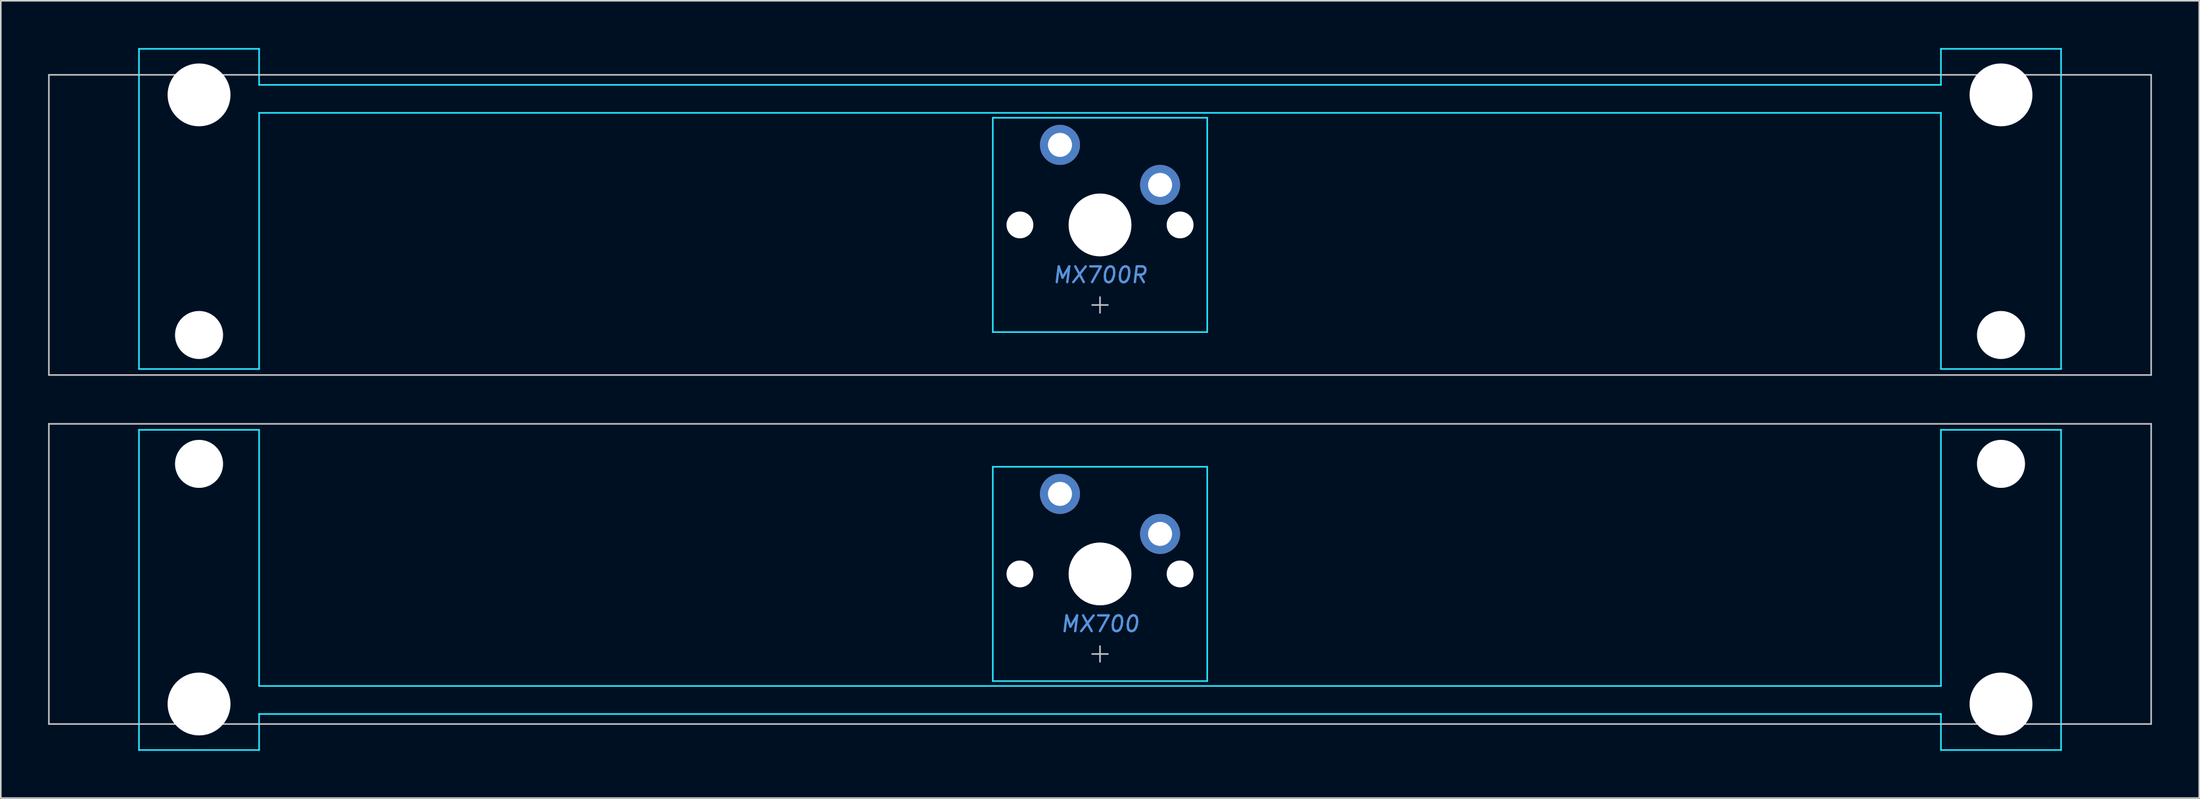
<source format=kicad_pcb>
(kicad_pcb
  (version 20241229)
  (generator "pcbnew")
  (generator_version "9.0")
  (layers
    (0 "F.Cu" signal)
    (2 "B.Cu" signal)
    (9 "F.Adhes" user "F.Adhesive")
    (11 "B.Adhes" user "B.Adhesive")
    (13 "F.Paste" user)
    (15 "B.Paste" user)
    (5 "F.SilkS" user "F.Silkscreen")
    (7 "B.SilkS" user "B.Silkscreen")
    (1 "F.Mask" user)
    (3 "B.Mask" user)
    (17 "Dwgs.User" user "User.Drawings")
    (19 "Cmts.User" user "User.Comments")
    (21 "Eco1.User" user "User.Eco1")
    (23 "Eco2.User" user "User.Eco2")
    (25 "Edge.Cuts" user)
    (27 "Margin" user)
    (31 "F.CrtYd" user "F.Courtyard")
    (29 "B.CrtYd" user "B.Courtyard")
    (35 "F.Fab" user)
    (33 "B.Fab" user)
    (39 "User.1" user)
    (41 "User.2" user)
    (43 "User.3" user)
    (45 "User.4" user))
  (footprint "MX700"
    (layer "F.Cu")
    (at 66.725 33.376)
    (property "Reference" "MX700" (at 0 3.175 0) (layer "Cmts.User") (effects (font (size 1 1) (thickness 0.15) (italic yes))))
    (attr through_hole)
    (fp_line (start -66.675 -9.525) (end -66.675 9.525) (stroke (width 0.1) (type solid)) (layer "Dwgs.User"))
    (fp_line (start -66.675 -9.525) (end 66.675 -9.525) (stroke (width 0.1) (type solid)) (layer "Dwgs.User"))
    (fp_line (start -66.675 9.525) (end 66.675 9.525) (stroke (width 0.1) (type solid)) (layer "Dwgs.User"))
    (fp_line (start -0.5 5.08) (end 0.5 5.08) (stroke (width 0.1) (type solid)) (layer "Dwgs.User"))
    (fp_line (start 0 5.58) (end 0 4.58) (stroke (width 0.1) (type solid)) (layer "Dwgs.User"))
    (fp_line (start 66.675 -9.525) (end 66.675 9.525) (stroke (width 0.1) (type solid)) (layer "Dwgs.User"))
    (fp_line (start -60.65 -5.485) (end -60.65 8.515) (stroke (width 0.1) (type solid)) (layer "Eco1.User"))
    (fp_line (start -60.15 -5.985) (end -54.15 -5.985) (stroke (width 0.1) (type solid)) (layer "Eco1.User"))
    (fp_line (start -54.15 9.015) (end -60.15 9.015) (stroke (width 0.1) (type solid)) (layer "Eco1.User"))
    (fp_line (start -53.65 8.515) (end -53.65 -5.485) (stroke (width 0.1) (type solid)) (layer "Eco1.User"))
    (fp_line (start -7 -6.5) (end -7 6.5) (stroke (width 0.1) (type solid)) (layer "Eco1.User"))
    (fp_line (start -6.5 7) (end 6.5 7) (stroke (width 0.1) (type solid)) (layer "Eco1.User"))
    (fp_line (start 6.5 -7) (end -6.5 -7) (stroke (width 0.1) (type solid)) (layer "Eco1.User"))
    (fp_line (start 7 6.5) (end 7 -6.5) (stroke (width 0.1) (type solid)) (layer "Eco1.User"))
    (fp_line (start 53.65 -5.485) (end 53.65 8.515) (stroke (width 0.1) (type solid)) (layer "Eco1.User"))
    (fp_line (start 54.15 -5.985) (end 60.15 -5.985) (stroke (width 0.1) (type solid)) (layer "Eco1.User"))
    (fp_line (start 60.15 9.015) (end 54.15 9.015) (stroke (width 0.1) (type solid)) (layer "Eco1.User"))
    (fp_line (start 60.65 8.515) (end 60.65 -5.485) (stroke (width 0.1) (type solid)) (layer "Eco1.User"))
    (fp_arc (start -60.65 -5.485) (mid -60.503553 -5.838553) (end -60.15 -5.985) (stroke (width 0.1) (type solid)) (layer "Eco1.User"))
    (fp_arc (start -60.15 9.015) (mid -60.503553 8.868553) (end -60.65 8.515) (stroke (width 0.1) (type solid)) (layer "Eco1.User"))
    (fp_arc (start -54.15 -5.985) (mid -53.796447 -5.838553) (end -53.65 -5.485) (stroke (width 0.1) (type solid)) (layer "Eco1.User"))
    (fp_arc (start -53.65 8.515) (mid -53.796447 8.868553) (end -54.15 9.015) (stroke (width 0.1) (type solid)) (layer "Eco1.User"))
    (fp_arc (start -7 -6.5) (mid -6.853553 -6.853553) (end -6.5 -7) (stroke (width 0.1) (type solid)) (layer "Eco1.User"))
    (fp_arc (start -6.5 7) (mid -6.853553 6.853553) (end -7 6.5) (stroke (width 0.1) (type solid)) (layer "Eco1.User"))
    (fp_arc (start 6.5 -7) (mid 6.853553 -6.853553) (end 7 -6.5) (stroke (width 0.1) (type solid)) (layer "Eco1.User"))
    (fp_arc (start 7 6.5) (mid 6.853553 6.853553) (end 6.5 7) (stroke (width 0.1) (type solid)) (layer "Eco1.User"))
    (fp_arc (start 53.65 -5.485) (mid 53.796447 -5.838553) (end 54.15 -5.985) (stroke (width 0.1) (type solid)) (layer "Eco1.User"))
    (fp_arc (start 54.15 9.015) (mid 53.796447 8.868553) (end 53.65 8.515) (stroke (width 0.1) (type solid)) (layer "Eco1.User"))
    (fp_arc (start 60.15 -5.985) (mid 60.503553 -5.838553) (end 60.65 -5.485) (stroke (width 0.1) (type solid)) (layer "Eco1.User"))
    (fp_arc (start 60.65 8.515) (mid 60.503553 8.868553) (end 60.15 9.015) (stroke (width 0.1) (type solid)) (layer "Eco1.User"))
    (fp_line (start -60.96 -9.144) (end -60.96 11.176) (stroke (width 0.1) (type solid)) (layer "B.CrtYd"))
    (fp_line (start -60.96 -9.144) (end -53.34 -9.144) (stroke (width 0.1) (type solid)) (layer "B.CrtYd"))
    (fp_line (start -60.96 11.176) (end -53.34 11.176) (stroke (width 0.1) (type solid)) (layer "B.CrtYd"))
    (fp_line (start -53.34 7.112) (end -53.34 -9.144) (stroke (width 0.1) (type solid)) (layer "B.CrtYd"))
    (fp_line (start -53.34 7.112) (end 53.34 7.112) (stroke (width 0.1) (type solid)) (layer "B.CrtYd"))
    (fp_line (start -53.34 8.89) (end -53.34 11.176) (stroke (width 0.1) (type solid)) (layer "B.CrtYd"))
    (fp_line (start -53.34 8.89) (end 53.34 8.89) (stroke (width 0.1) (type solid)) (layer "B.CrtYd"))
    (fp_line (start -6.8 -6.8) (end -6.8 6.8) (stroke (width 0.1) (type solid)) (layer "B.CrtYd"))
    (fp_line (start -6.8 -6.8) (end 6.8 -6.8) (stroke (width 0.1) (type solid)) (layer "B.CrtYd"))
    (fp_line (start -6.8 6.8) (end 6.8 6.8) (stroke (width 0.1) (type solid)) (layer "B.CrtYd"))
    (fp_line (start 6.8 6.8) (end 6.8 -6.8) (stroke (width 0.1) (type solid)) (layer "B.CrtYd"))
    (fp_line (start 53.34 -9.144) (end 60.96 -9.144) (stroke (width 0.1) (type solid)) (layer "B.CrtYd"))
    (fp_line (start 53.34 7.112) (end 53.34 -9.144) (stroke (width 0.1) (type solid)) (layer "B.CrtYd"))
    (fp_line (start 53.34 8.89) (end 53.34 11.176) (stroke (width 0.1) (type solid)) (layer "B.CrtYd"))
    (fp_line (start 53.34 11.176) (end 60.96 11.176) (stroke (width 0.1) (type solid)) (layer "B.CrtYd"))
    (fp_line (start 60.96 -9.144) (end 60.96 11.176) (stroke (width 0.1) (type solid)) (layer "B.CrtYd"))
    (pad "" np_thru_hole circle (at -57.15 -6.985 180) (size 3.048 3.048) (drill 3.048) (layers "*.Cu" "*.Mask"))
    (pad "" np_thru_hole circle (at -57.15 8.255 180) (size 3.988 3.988) (drill 3.988) (layers "*.Cu" "*.Mask"))
    (pad "" np_thru_hole circle (at -5.08 0) (size 1.702 1.702) (drill 1.702) (layers "*.Cu" "*.Mask"))
    (pad "" connect circle (at -2.54 -5.08) (size 1.524 1.524) (layers "B.Mask"))
    (pad "" np_thru_hole circle (at 0 0) (size 3.988 3.988) (drill 3.988) (layers "*.Cu" "*.Mask"))
    (pad "" connect circle (at 3.81 -2.54) (size 1.524 1.524) (layers "B.Mask"))
    (pad "" np_thru_hole circle (at 5.08 0) (size 1.702 1.702) (drill 1.702) (layers "*.Cu" "*.Mask"))
    (pad "" np_thru_hole circle (at 57.15 -6.985 180) (size 3.048 3.048) (drill 3.048) (layers "*.Cu" "*.Mask"))
    (pad "" np_thru_hole circle (at 57.15 8.255 180) (size 3.988 3.988) (drill 3.988) (layers "*.Cu" "*.Mask"))
    (pad "1" thru_hole circle (at -2.54 -5.08) (size 2.54 2.54) (drill 1.524) (layers "*.Cu" "F.Mask"))
    (pad "2" thru_hole circle (at 3.81 -2.54) (size 2.54 2.54) (drill 1.524) (layers "*.Cu" "F.Mask")))
  (footprint "MX700R"
    (layer "F.Cu")
    (at 66.725 11.226)
    (property "Reference" "MX700R" (at 0 3.175 0) (layer "Cmts.User") (effects (font (size 1 1) (thickness 0.15) (italic yes))))
    (attr through_hole)
    (fp_line (start -66.675 -9.525) (end -66.675 9.525) (stroke (width 0.1) (type solid)) (layer "Dwgs.User"))
    (fp_line (start -66.675 -9.525) (end 66.675 -9.525) (stroke (width 0.1) (type solid)) (layer "Dwgs.User"))
    (fp_line (start -66.675 9.525) (end 66.675 9.525) (stroke (width 0.1) (type solid)) (layer "Dwgs.User"))
    (fp_line (start -0.5 5.08) (end 0.5 5.08) (stroke (width 0.1) (type solid)) (layer "Dwgs.User"))
    (fp_line (start 0 5.58) (end 0 4.58) (stroke (width 0.1) (type solid)) (layer "Dwgs.User"))
    (fp_line (start 66.675 -9.525) (end 66.675 9.525) (stroke (width 0.1) (type solid)) (layer "Dwgs.User"))
    (fp_line (start -60.65 -8.515) (end -60.65 5.485) (stroke (width 0.1) (type solid)) (layer "Eco1.User"))
    (fp_line (start -60.15 -9.015) (end -54.15 -9.015) (stroke (width 0.1) (type solid)) (layer "Eco1.User"))
    (fp_line (start -54.15 5.985) (end -60.15 5.985) (stroke (width 0.1) (type solid)) (layer "Eco1.User"))
    (fp_line (start -53.65 5.485) (end -53.65 -8.515) (stroke (width 0.1) (type solid)) (layer "Eco1.User"))
    (fp_line (start -7 -6.5) (end -7 6.5) (stroke (width 0.1) (type solid)) (layer "Eco1.User"))
    (fp_line (start -6.5 7) (end 6.5 7) (stroke (width 0.1) (type solid)) (layer "Eco1.User"))
    (fp_line (start 6.5 -7) (end -6.5 -7) (stroke (width 0.1) (type solid)) (layer "Eco1.User"))
    (fp_line (start 7 6.5) (end 7 -6.5) (stroke (width 0.1) (type solid)) (layer "Eco1.User"))
    (fp_line (start 53.65 -8.515) (end 53.65 5.485) (stroke (width 0.1) (type solid)) (layer "Eco1.User"))
    (fp_line (start 54.15 -9.015) (end 60.15 -9.015) (stroke (width 0.1) (type solid)) (layer "Eco1.User"))
    (fp_line (start 60.15 5.985) (end 54.15 5.985) (stroke (width 0.1) (type solid)) (layer "Eco1.User"))
    (fp_line (start 60.65 5.485) (end 60.65 -8.515) (stroke (width 0.1) (type solid)) (layer "Eco1.User"))
    (fp_arc (start -60.65 -8.515) (mid -60.503553 -8.868553) (end -60.15 -9.015) (stroke (width 0.1) (type solid)) (layer "Eco1.User"))
    (fp_arc (start -60.15 5.985) (mid -60.503553 5.838553) (end -60.65 5.485) (stroke (width 0.1) (type solid)) (layer "Eco1.User"))
    (fp_arc (start -54.15 -9.015) (mid -53.796447 -8.868553) (end -53.65 -8.515) (stroke (width 0.1) (type solid)) (layer "Eco1.User"))
    (fp_arc (start -53.65 5.485) (mid -53.796447 5.838553) (end -54.15 5.985) (stroke (width 0.1) (type solid)) (layer "Eco1.User"))
    (fp_arc (start -7 -6.5) (mid -6.853553 -6.853553) (end -6.5 -7) (stroke (width 0.1) (type solid)) (layer "Eco1.User"))
    (fp_arc (start -6.5 7) (mid -6.853553 6.853553) (end -7 6.5) (stroke (width 0.1) (type solid)) (layer "Eco1.User"))
    (fp_arc (start 6.5 -7) (mid 6.853553 -6.853553) (end 7 -6.5) (stroke (width 0.1) (type solid)) (layer "Eco1.User"))
    (fp_arc (start 7 6.5) (mid 6.853553 6.853553) (end 6.5 7) (stroke (width 0.1) (type solid)) (layer "Eco1.User"))
    (fp_arc (start 53.65 -8.515) (mid 53.796447 -8.868553) (end 54.15 -9.015) (stroke (width 0.1) (type solid)) (layer "Eco1.User"))
    (fp_arc (start 54.15 5.985) (mid 53.796447 5.838553) (end 53.65 5.485) (stroke (width 0.1) (type solid)) (layer "Eco1.User"))
    (fp_arc (start 60.15 -9.015) (mid 60.503553 -8.868553) (end 60.65 -8.515) (stroke (width 0.1) (type solid)) (layer "Eco1.User"))
    (fp_arc (start 60.65 5.485) (mid 60.503553 5.838553) (end 60.15 5.985) (stroke (width 0.1) (type solid)) (layer "Eco1.User"))
    (fp_line (start -60.96 9.144) (end -60.96 -11.176) (stroke (width 0.1) (type solid)) (layer "B.CrtYd"))
    (fp_line (start -53.34 -11.176) (end -60.96 -11.176) (stroke (width 0.1) (type solid)) (layer "B.CrtYd"))
    (fp_line (start -53.34 -8.89) (end -53.34 -11.176) (stroke (width 0.1) (type solid)) (layer "B.CrtYd"))
    (fp_line (start -53.34 -7.112) (end -53.34 9.144) (stroke (width 0.1) (type solid)) (layer "B.CrtYd"))
    (fp_line (start -53.34 9.144) (end -60.96 9.144) (stroke (width 0.1) (type solid)) (layer "B.CrtYd"))
    (fp_line (start -6.8 -6.8) (end -6.8 6.8) (stroke (width 0.1) (type solid)) (layer "B.CrtYd"))
    (fp_line (start -6.8 -6.8) (end 6.8 -6.8) (stroke (width 0.1) (type solid)) (layer "B.CrtYd"))
    (fp_line (start -6.8 6.8) (end 6.8 6.8) (stroke (width 0.1) (type solid)) (layer "B.CrtYd"))
    (fp_line (start 6.8 6.8) (end 6.8 -6.8) (stroke (width 0.1) (type solid)) (layer "B.CrtYd"))
    (fp_line (start 53.34 -8.89) (end -53.34 -8.89) (stroke (width 0.1) (type solid)) (layer "B.CrtYd"))
    (fp_line (start 53.34 -8.89) (end 53.34 -11.176) (stroke (width 0.1) (type solid)) (layer "B.CrtYd"))
    (fp_line (start 53.34 -7.112) (end -53.34 -7.112) (stroke (width 0.1) (type solid)) (layer "B.CrtYd"))
    (fp_line (start 53.34 -7.112) (end 53.34 9.144) (stroke (width 0.1) (type solid)) (layer "B.CrtYd"))
    (fp_line (start 60.96 -11.176) (end 53.34 -11.176) (stroke (width 0.1) (type solid)) (layer "B.CrtYd"))
    (fp_line (start 60.96 9.144) (end 53.34 9.144) (stroke (width 0.1) (type solid)) (layer "B.CrtYd"))
    (fp_line (start 60.96 9.144) (end 60.96 -11.176) (stroke (width 0.1) (type solid)) (layer "B.CrtYd"))
    (pad "" np_thru_hole circle (at -57.15 -8.255) (size 3.988 3.988) (drill 3.988) (layers "*.Cu" "*.Mask"))
    (pad "" np_thru_hole circle (at -57.15 6.985) (size 3.048 3.048) (drill 3.048) (layers "*.Cu" "*.Mask"))
    (pad "" np_thru_hole circle (at -5.08 0) (size 1.702 1.702) (drill 1.702) (layers "*.Cu" "*.Mask"))
    (pad "" connect circle (at -2.54 -5.08) (size 1.524 1.524) (layers "B.Mask"))
    (pad "" np_thru_hole circle (at 0 0) (size 3.988 3.988) (drill 3.988) (layers "*.Cu" "*.Mask"))
    (pad "" connect circle (at 3.81 -2.54) (size 1.524 1.524) (layers "B.Mask"))
    (pad "" np_thru_hole circle (at 5.08 0) (size 1.702 1.702) (drill 1.702) (layers "*.Cu" "*.Mask"))
    (pad "" np_thru_hole circle (at 57.15 -8.255) (size 3.988 3.988) (drill 3.988) (layers "*.Cu" "*.Mask"))
    (pad "" np_thru_hole circle (at 57.15 6.985) (size 3.048 3.048) (drill 3.048) (layers "*.Cu" "*.Mask"))
    (pad "1" thru_hole circle (at -2.54 -5.08) (size 2.54 2.54) (drill 1.524) (layers "*.Cu" "F.Mask"))
    (pad "2" thru_hole circle (at 3.81 -2.54) (size 2.54 2.54) (drill 1.524) (layers "*.Cu" "F.Mask")))
  (gr_rect
    (start -3 -3)
    (end 136.45 47.602)
    (stroke (width 0.1) (type default))
    (fill no)
    (layer "Edge.Cuts")))
</source>
